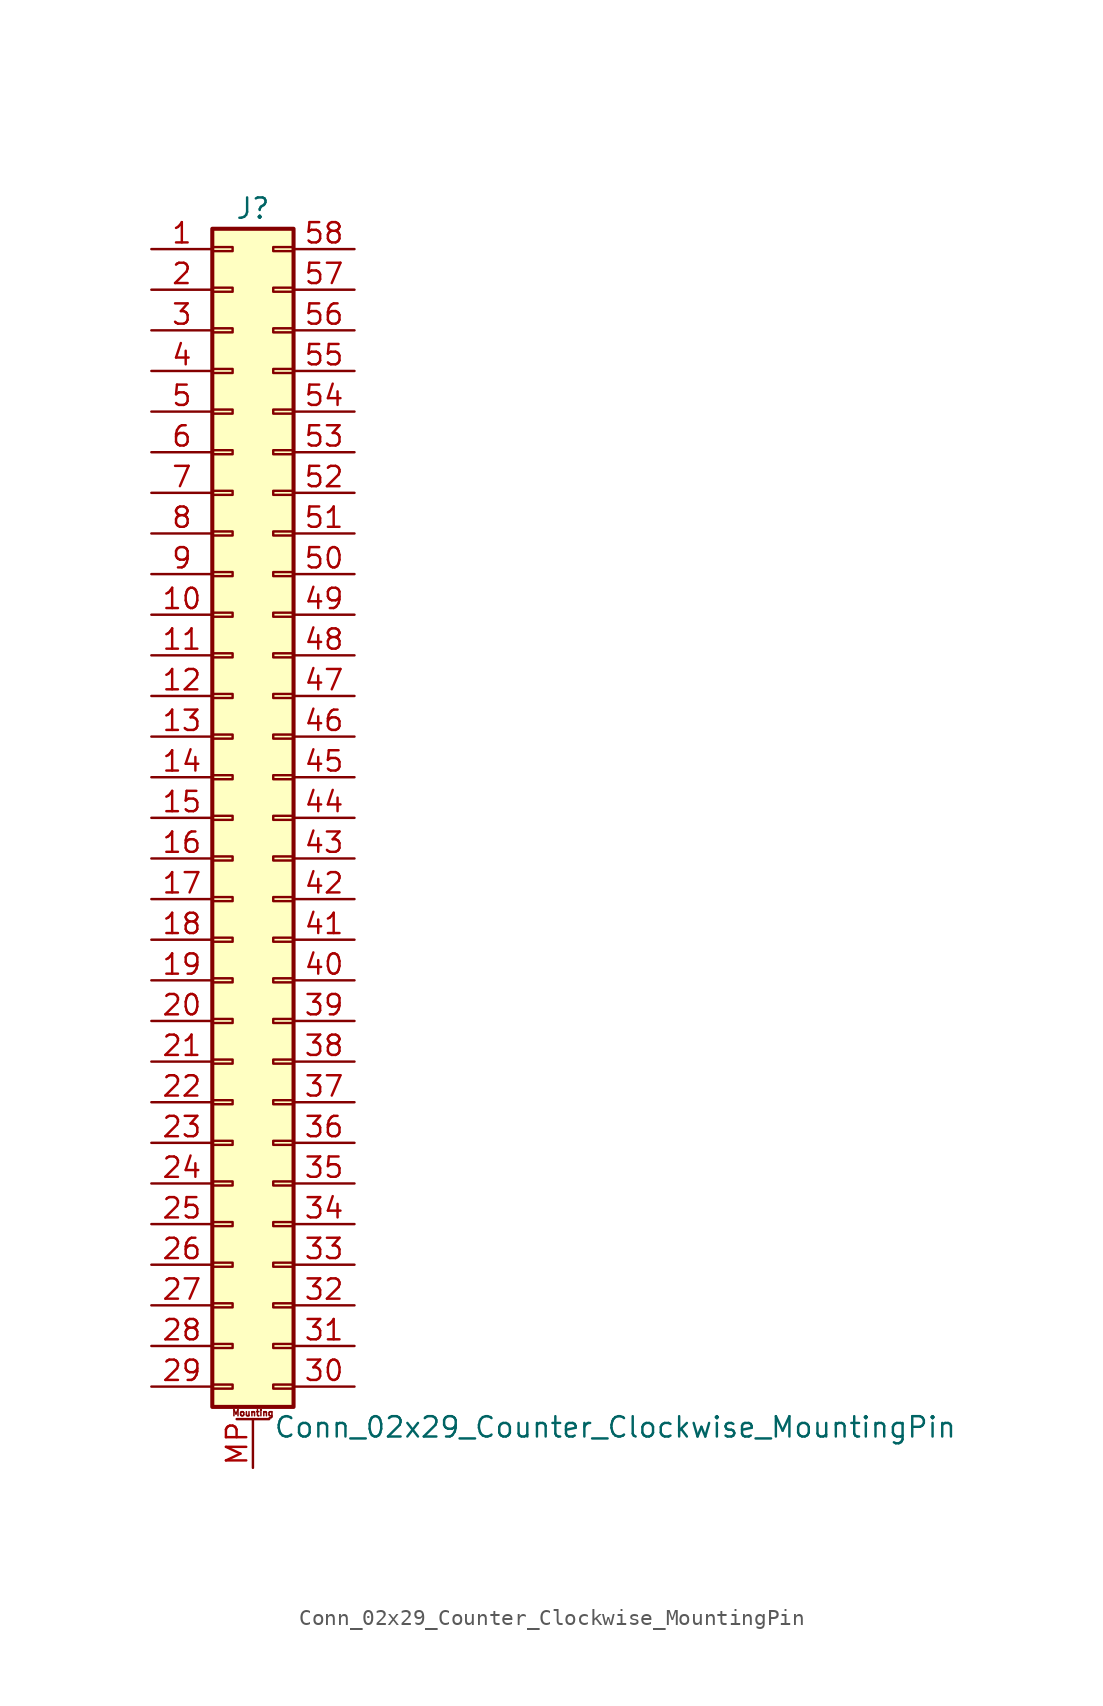
<source format=kicad_sym>
(kicad_symbol_lib
  (version 20201005)
  (generator kicad_symbol_editor)
  (symbol "Conn_02x29_Counter_Clockwise_MountingPin"
    (pin_names
      (offset 1.016) hide)
    (property "Reference" "J"
      (at 1.27 38.1 0)
      (effects (font (size 1.27 1.27))))
    (property "Value" "Conn_02x29_Counter_Clockwise_MountingPin"
      (at 2.54 -38.1 0)
      (effects (font (size 1.27 1.27)) (justify left)))
    (symbol "Conn_02x29_Counter_Clockwise_MountingPin_1_1"
      (text "Mounting" (at 1.27 -37.211 0) (effects (font (size 0.381 0.381))))
      (rectangle (start -1.27 -35.433) (end 0 -35.687) (stroke (width 0.152)) (fill (type none)))
      (rectangle (start -1.27 -32.893) (end 0 -33.147) (stroke (width 0.152)) (fill (type none)))
      (rectangle (start -1.27 -30.353) (end 0 -30.607) (stroke (width 0.152)) (fill (type none)))
      (rectangle (start -1.27 -27.813) (end 0 -28.067) (stroke (width 0.152)) (fill (type none)))
      (rectangle (start -1.27 -25.273) (end 0 -25.527) (stroke (width 0.152)) (fill (type none)))
      (rectangle (start -1.27 -22.733) (end 0 -22.987) (stroke (width 0.152)) (fill (type none)))
      (rectangle (start -1.27 -20.193) (end 0 -20.447) (stroke (width 0.152)) (fill (type none)))
      (rectangle (start -1.27 -17.653) (end 0 -17.907) (stroke (width 0.152)) (fill (type none)))
      (rectangle (start -1.27 -15.113) (end 0 -15.367) (stroke (width 0.152)) (fill (type none)))
      (rectangle (start -1.27 -12.573) (end 0 -12.827) (stroke (width 0.152)) (fill (type none)))
      (rectangle (start -1.27 -10.033) (end 0 -10.287) (stroke (width 0.152)) (fill (type none)))
      (rectangle (start -1.27 -7.493) (end 0 -7.747) (stroke (width 0.152)) (fill (type none)))
      (rectangle (start -1.27 -4.953) (end 0 -5.207) (stroke (width 0.152)) (fill (type none)))
      (rectangle (start -1.27 -2.413) (end 0 -2.667) (stroke (width 0.152)) (fill (type none)))
      (rectangle (start -1.27 0.127) (end 0 -0.127) (stroke (width 0.152)) (fill (type none)))
      (rectangle (start -1.27 2.667) (end 0 2.413) (stroke (width 0.152)) (fill (type none)))
      (rectangle (start -1.27 5.207) (end 0 4.953) (stroke (width 0.152)) (fill (type none)))
      (rectangle (start -1.27 7.747) (end 0 7.493) (stroke (width 0.152)) (fill (type none)))
      (rectangle (start -1.27 10.287) (end 0 10.033) (stroke (width 0.152)) (fill (type none)))
      (rectangle (start -1.27 12.827) (end 0 12.573) (stroke (width 0.152)) (fill (type none)))
      (rectangle (start -1.27 15.367) (end 0 15.113) (stroke (width 0.152)) (fill (type none)))
      (rectangle (start -1.27 17.907) (end 0 17.653) (stroke (width 0.152)) (fill (type none)))
      (rectangle (start -1.27 20.447) (end 0 20.193) (stroke (width 0.152)) (fill (type none)))
      (rectangle (start -1.27 22.987) (end 0 22.733) (stroke (width 0.152)) (fill (type none)))
      (rectangle (start -1.27 25.527) (end 0 25.273) (stroke (width 0.152)) (fill (type none)))
      (rectangle (start -1.27 28.067) (end 0 27.813) (stroke (width 0.152)) (fill (type none)))
      (rectangle (start -1.27 30.607) (end 0 30.353) (stroke (width 0.152)) (fill (type none)))
      (rectangle (start -1.27 33.147) (end 0 32.893) (stroke (width 0.152)) (fill (type none)))
      (rectangle (start -1.27 35.687) (end 0 35.433) (stroke (width 0.152)) (fill (type none)))
      (rectangle (start 3.81 -35.433) (end 2.54 -35.687) (stroke (width 0.152)) (fill (type none)))
      (rectangle (start 3.81 -32.893) (end 2.54 -33.147) (stroke (width 0.152)) (fill (type none)))
      (rectangle (start 3.81 -30.353) (end 2.54 -30.607) (stroke (width 0.152)) (fill (type none)))
      (rectangle (start 3.81 -27.813) (end 2.54 -28.067) (stroke (width 0.152)) (fill (type none)))
      (rectangle (start 3.81 -25.273) (end 2.54 -25.527) (stroke (width 0.152)) (fill (type none)))
      (rectangle (start 3.81 -22.733) (end 2.54 -22.987) (stroke (width 0.152)) (fill (type none)))
      (rectangle (start 3.81 -20.193) (end 2.54 -20.447) (stroke (width 0.152)) (fill (type none)))
      (rectangle (start 3.81 -17.653) (end 2.54 -17.907) (stroke (width 0.152)) (fill (type none)))
      (rectangle (start 3.81 -15.113) (end 2.54 -15.367) (stroke (width 0.152)) (fill (type none)))
      (rectangle (start 3.81 -12.573) (end 2.54 -12.827) (stroke (width 0.152)) (fill (type none)))
      (rectangle (start 3.81 -10.033) (end 2.54 -10.287) (stroke (width 0.152)) (fill (type none)))
      (rectangle (start 3.81 -7.493) (end 2.54 -7.747) (stroke (width 0.152)) (fill (type none)))
      (rectangle (start 3.81 -4.953) (end 2.54 -5.207) (stroke (width 0.152)) (fill (type none)))
      (rectangle (start 3.81 -2.413) (end 2.54 -2.667) (stroke (width 0.152)) (fill (type none)))
      (rectangle (start 3.81 0.127) (end 2.54 -0.127) (stroke (width 0.152)) (fill (type none)))
      (rectangle (start 3.81 2.667) (end 2.54 2.413) (stroke (width 0.152)) (fill (type none)))
      (rectangle (start 3.81 5.207) (end 2.54 4.953) (stroke (width 0.152)) (fill (type none)))
      (rectangle (start 3.81 7.747) (end 2.54 7.493) (stroke (width 0.152)) (fill (type none)))
      (rectangle (start 3.81 10.287) (end 2.54 10.033) (stroke (width 0.152)) (fill (type none)))
      (rectangle (start 3.81 12.827) (end 2.54 12.573) (stroke (width 0.152)) (fill (type none)))
      (rectangle (start 3.81 15.367) (end 2.54 15.113) (stroke (width 0.152)) (fill (type none)))
      (rectangle (start 3.81 17.907) (end 2.54 17.653) (stroke (width 0.152)) (fill (type none)))
      (rectangle (start 3.81 20.447) (end 2.54 20.193) (stroke (width 0.152)) (fill (type none)))
      (rectangle (start 3.81 22.987) (end 2.54 22.733) (stroke (width 0.152)) (fill (type none)))
      (rectangle (start 3.81 25.527) (end 2.54 25.273) (stroke (width 0.152)) (fill (type none)))
      (rectangle (start 3.81 28.067) (end 2.54 27.813) (stroke (width 0.152)) (fill (type none)))
      (rectangle (start 3.81 30.607) (end 2.54 30.353) (stroke (width 0.152)) (fill (type none)))
      (rectangle (start 3.81 33.147) (end 2.54 32.893) (stroke (width 0.152)) (fill (type none)))
      (rectangle (start 3.81 35.687) (end 2.54 35.433) (stroke (width 0.152)) (fill (type none)))
      (rectangle (start -1.27 36.83) (end 3.81 -36.83) (stroke (width 0.254)) (fill (type background)))
      (polyline (pts (xy 0.254 -37.592) (xy 2.286 -37.592)) (stroke (width 0.152)) (fill (type none)))
      (pin passive line (at -5.08 35.56 0) (length 3.81) (name "Pin_1" (effects (font (size 1.27 1.27)))) (number "1" (effects (font (size 1.27 1.27)))))
      (pin passive line (at -5.08 12.7 0) (length 3.81) (name "Pin_10" (effects (font (size 1.27 1.27)))) (number "10" (effects (font (size 1.27 1.27)))))
      (pin passive line (at -5.08 10.16 0) (length 3.81) (name "Pin_11" (effects (font (size 1.27 1.27)))) (number "11" (effects (font (size 1.27 1.27)))))
      (pin passive line (at -5.08 7.62 0) (length 3.81) (name "Pin_12" (effects (font (size 1.27 1.27)))) (number "12" (effects (font (size 1.27 1.27)))))
      (pin passive line (at -5.08 5.08 0) (length 3.81) (name "Pin_13" (effects (font (size 1.27 1.27)))) (number "13" (effects (font (size 1.27 1.27)))))
      (pin passive line (at -5.08 2.54 0) (length 3.81) (name "Pin_14" (effects (font (size 1.27 1.27)))) (number "14" (effects (font (size 1.27 1.27)))))
      (pin passive line (at -5.08 0 0) (length 3.81) (name "Pin_15" (effects (font (size 1.27 1.27)))) (number "15" (effects (font (size 1.27 1.27)))))
      (pin passive line (at -5.08 -2.54 0) (length 3.81) (name "Pin_16" (effects (font (size 1.27 1.27)))) (number "16" (effects (font (size 1.27 1.27)))))
      (pin passive line (at -5.08 -5.08 0) (length 3.81) (name "Pin_17" (effects (font (size 1.27 1.27)))) (number "17" (effects (font (size 1.27 1.27)))))
      (pin passive line (at -5.08 -7.62 0) (length 3.81) (name "Pin_18" (effects (font (size 1.27 1.27)))) (number "18" (effects (font (size 1.27 1.27)))))
      (pin passive line (at -5.08 -10.16 0) (length 3.81) (name "Pin_19" (effects (font (size 1.27 1.27)))) (number "19" (effects (font (size 1.27 1.27)))))
      (pin passive line (at -5.08 33.02 0) (length 3.81) (name "Pin_2" (effects (font (size 1.27 1.27)))) (number "2" (effects (font (size 1.27 1.27)))))
      (pin passive line (at -5.08 -12.7 0) (length 3.81) (name "Pin_20" (effects (font (size 1.27 1.27)))) (number "20" (effects (font (size 1.27 1.27)))))
      (pin passive line (at -5.08 -15.24 0) (length 3.81) (name "Pin_21" (effects (font (size 1.27 1.27)))) (number "21" (effects (font (size 1.27 1.27)))))
      (pin passive line (at -5.08 -17.78 0) (length 3.81) (name "Pin_22" (effects (font (size 1.27 1.27)))) (number "22" (effects (font (size 1.27 1.27)))))
      (pin passive line (at -5.08 -20.32 0) (length 3.81) (name "Pin_23" (effects (font (size 1.27 1.27)))) (number "23" (effects (font (size 1.27 1.27)))))
      (pin passive line (at -5.08 -22.86 0) (length 3.81) (name "Pin_24" (effects (font (size 1.27 1.27)))) (number "24" (effects (font (size 1.27 1.27)))))
      (pin passive line (at -5.08 -25.4 0) (length 3.81) (name "Pin_25" (effects (font (size 1.27 1.27)))) (number "25" (effects (font (size 1.27 1.27)))))
      (pin passive line (at -5.08 -27.94 0) (length 3.81) (name "Pin_26" (effects (font (size 1.27 1.27)))) (number "26" (effects (font (size 1.27 1.27)))))
      (pin passive line (at -5.08 -30.48 0) (length 3.81) (name "Pin_27" (effects (font (size 1.27 1.27)))) (number "27" (effects (font (size 1.27 1.27)))))
      (pin passive line (at -5.08 -33.02 0) (length 3.81) (name "Pin_28" (effects (font (size 1.27 1.27)))) (number "28" (effects (font (size 1.27 1.27)))))
      (pin passive line (at -5.08 -35.56 0) (length 3.81) (name "Pin_29" (effects (font (size 1.27 1.27)))) (number "29" (effects (font (size 1.27 1.27)))))
      (pin passive line (at -5.08 30.48 0) (length 3.81) (name "Pin_3" (effects (font (size 1.27 1.27)))) (number "3" (effects (font (size 1.27 1.27)))))
      (pin passive line (at 7.62 -35.56 180) (length 3.81) (name "Pin_30" (effects (font (size 1.27 1.27)))) (number "30" (effects (font (size 1.27 1.27)))))
      (pin passive line (at 7.62 -33.02 180) (length 3.81) (name "Pin_31" (effects (font (size 1.27 1.27)))) (number "31" (effects (font (size 1.27 1.27)))))
      (pin passive line (at 7.62 -30.48 180) (length 3.81) (name "Pin_32" (effects (font (size 1.27 1.27)))) (number "32" (effects (font (size 1.27 1.27)))))
      (pin passive line (at 7.62 -27.94 180) (length 3.81) (name "Pin_33" (effects (font (size 1.27 1.27)))) (number "33" (effects (font (size 1.27 1.27)))))
      (pin passive line (at 7.62 -25.4 180) (length 3.81) (name "Pin_34" (effects (font (size 1.27 1.27)))) (number "34" (effects (font (size 1.27 1.27)))))
      (pin passive line (at 7.62 -22.86 180) (length 3.81) (name "Pin_35" (effects (font (size 1.27 1.27)))) (number "35" (effects (font (size 1.27 1.27)))))
      (pin passive line (at 7.62 -20.32 180) (length 3.81) (name "Pin_36" (effects (font (size 1.27 1.27)))) (number "36" (effects (font (size 1.27 1.27)))))
      (pin passive line (at 7.62 -17.78 180) (length 3.81) (name "Pin_37" (effects (font (size 1.27 1.27)))) (number "37" (effects (font (size 1.27 1.27)))))
      (pin passive line (at 7.62 -15.24 180) (length 3.81) (name "Pin_38" (effects (font (size 1.27 1.27)))) (number "38" (effects (font (size 1.27 1.27)))))
      (pin passive line (at 7.62 -12.7 180) (length 3.81) (name "Pin_39" (effects (font (size 1.27 1.27)))) (number "39" (effects (font (size 1.27 1.27)))))
      (pin passive line (at -5.08 27.94 0) (length 3.81) (name "Pin_4" (effects (font (size 1.27 1.27)))) (number "4" (effects (font (size 1.27 1.27)))))
      (pin passive line (at 7.62 -10.16 180) (length 3.81) (name "Pin_40" (effects (font (size 1.27 1.27)))) (number "40" (effects (font (size 1.27 1.27)))))
      (pin passive line (at 7.62 -7.62 180) (length 3.81) (name "Pin_41" (effects (font (size 1.27 1.27)))) (number "41" (effects (font (size 1.27 1.27)))))
      (pin passive line (at 7.62 -5.08 180) (length 3.81) (name "Pin_42" (effects (font (size 1.27 1.27)))) (number "42" (effects (font (size 1.27 1.27)))))
      (pin passive line (at 7.62 -2.54 180) (length 3.81) (name "Pin_43" (effects (font (size 1.27 1.27)))) (number "43" (effects (font (size 1.27 1.27)))))
      (pin passive line (at 7.62 0 180) (length 3.81) (name "Pin_44" (effects (font (size 1.27 1.27)))) (number "44" (effects (font (size 1.27 1.27)))))
      (pin passive line (at 7.62 2.54 180) (length 3.81) (name "Pin_45" (effects (font (size 1.27 1.27)))) (number "45" (effects (font (size 1.27 1.27)))))
      (pin passive line (at 7.62 5.08 180) (length 3.81) (name "Pin_46" (effects (font (size 1.27 1.27)))) (number "46" (effects (font (size 1.27 1.27)))))
      (pin passive line (at 7.62 7.62 180) (length 3.81) (name "Pin_47" (effects (font (size 1.27 1.27)))) (number "47" (effects (font (size 1.27 1.27)))))
      (pin passive line (at 7.62 10.16 180) (length 3.81) (name "Pin_48" (effects (font (size 1.27 1.27)))) (number "48" (effects (font (size 1.27 1.27)))))
      (pin passive line (at 7.62 12.7 180) (length 3.81) (name "Pin_49" (effects (font (size 1.27 1.27)))) (number "49" (effects (font (size 1.27 1.27)))))
      (pin passive line (at -5.08 25.4 0) (length 3.81) (name "Pin_5" (effects (font (size 1.27 1.27)))) (number "5" (effects (font (size 1.27 1.27)))))
      (pin passive line (at 7.62 15.24 180) (length 3.81) (name "Pin_50" (effects (font (size 1.27 1.27)))) (number "50" (effects (font (size 1.27 1.27)))))
      (pin passive line (at 7.62 17.78 180) (length 3.81) (name "Pin_51" (effects (font (size 1.27 1.27)))) (number "51" (effects (font (size 1.27 1.27)))))
      (pin passive line (at 7.62 20.32 180) (length 3.81) (name "Pin_52" (effects (font (size 1.27 1.27)))) (number "52" (effects (font (size 1.27 1.27)))))
      (pin passive line (at 7.62 22.86 180) (length 3.81) (name "Pin_53" (effects (font (size 1.27 1.27)))) (number "53" (effects (font (size 1.27 1.27)))))
      (pin passive line (at 7.62 25.4 180) (length 3.81) (name "Pin_54" (effects (font (size 1.27 1.27)))) (number "54" (effects (font (size 1.27 1.27)))))
      (pin passive line (at 7.62 27.94 180) (length 3.81) (name "Pin_55" (effects (font (size 1.27 1.27)))) (number "55" (effects (font (size 1.27 1.27)))))
      (pin passive line (at 7.62 30.48 180) (length 3.81) (name "Pin_56" (effects (font (size 1.27 1.27)))) (number "56" (effects (font (size 1.27 1.27)))))
      (pin passive line (at 7.62 33.02 180) (length 3.81) (name "Pin_57" (effects (font (size 1.27 1.27)))) (number "57" (effects (font (size 1.27 1.27)))))
      (pin passive line (at 7.62 35.56 180) (length 3.81) (name "Pin_58" (effects (font (size 1.27 1.27)))) (number "58" (effects (font (size 1.27 1.27)))))
      (pin passive line (at -5.08 22.86 0) (length 3.81) (name "Pin_6" (effects (font (size 1.27 1.27)))) (number "6" (effects (font (size 1.27 1.27)))))
      (pin passive line (at -5.08 20.32 0) (length 3.81) (name "Pin_7" (effects (font (size 1.27 1.27)))) (number "7" (effects (font (size 1.27 1.27)))))
      (pin passive line (at -5.08 17.78 0) (length 3.81) (name "Pin_8" (effects (font (size 1.27 1.27)))) (number "8" (effects (font (size 1.27 1.27)))))
      (pin passive line (at -5.08 15.24 0) (length 3.81) (name "Pin_9" (effects (font (size 1.27 1.27)))) (number "9" (effects (font (size 1.27 1.27)))))
      (pin passive line (at 1.27 -40.64 90) (length 3.048) (name "MountPin" (effects (font (size 1.27 1.27)))) (number "MP" (effects (font (size 1.27 1.27))))))))
</source>
